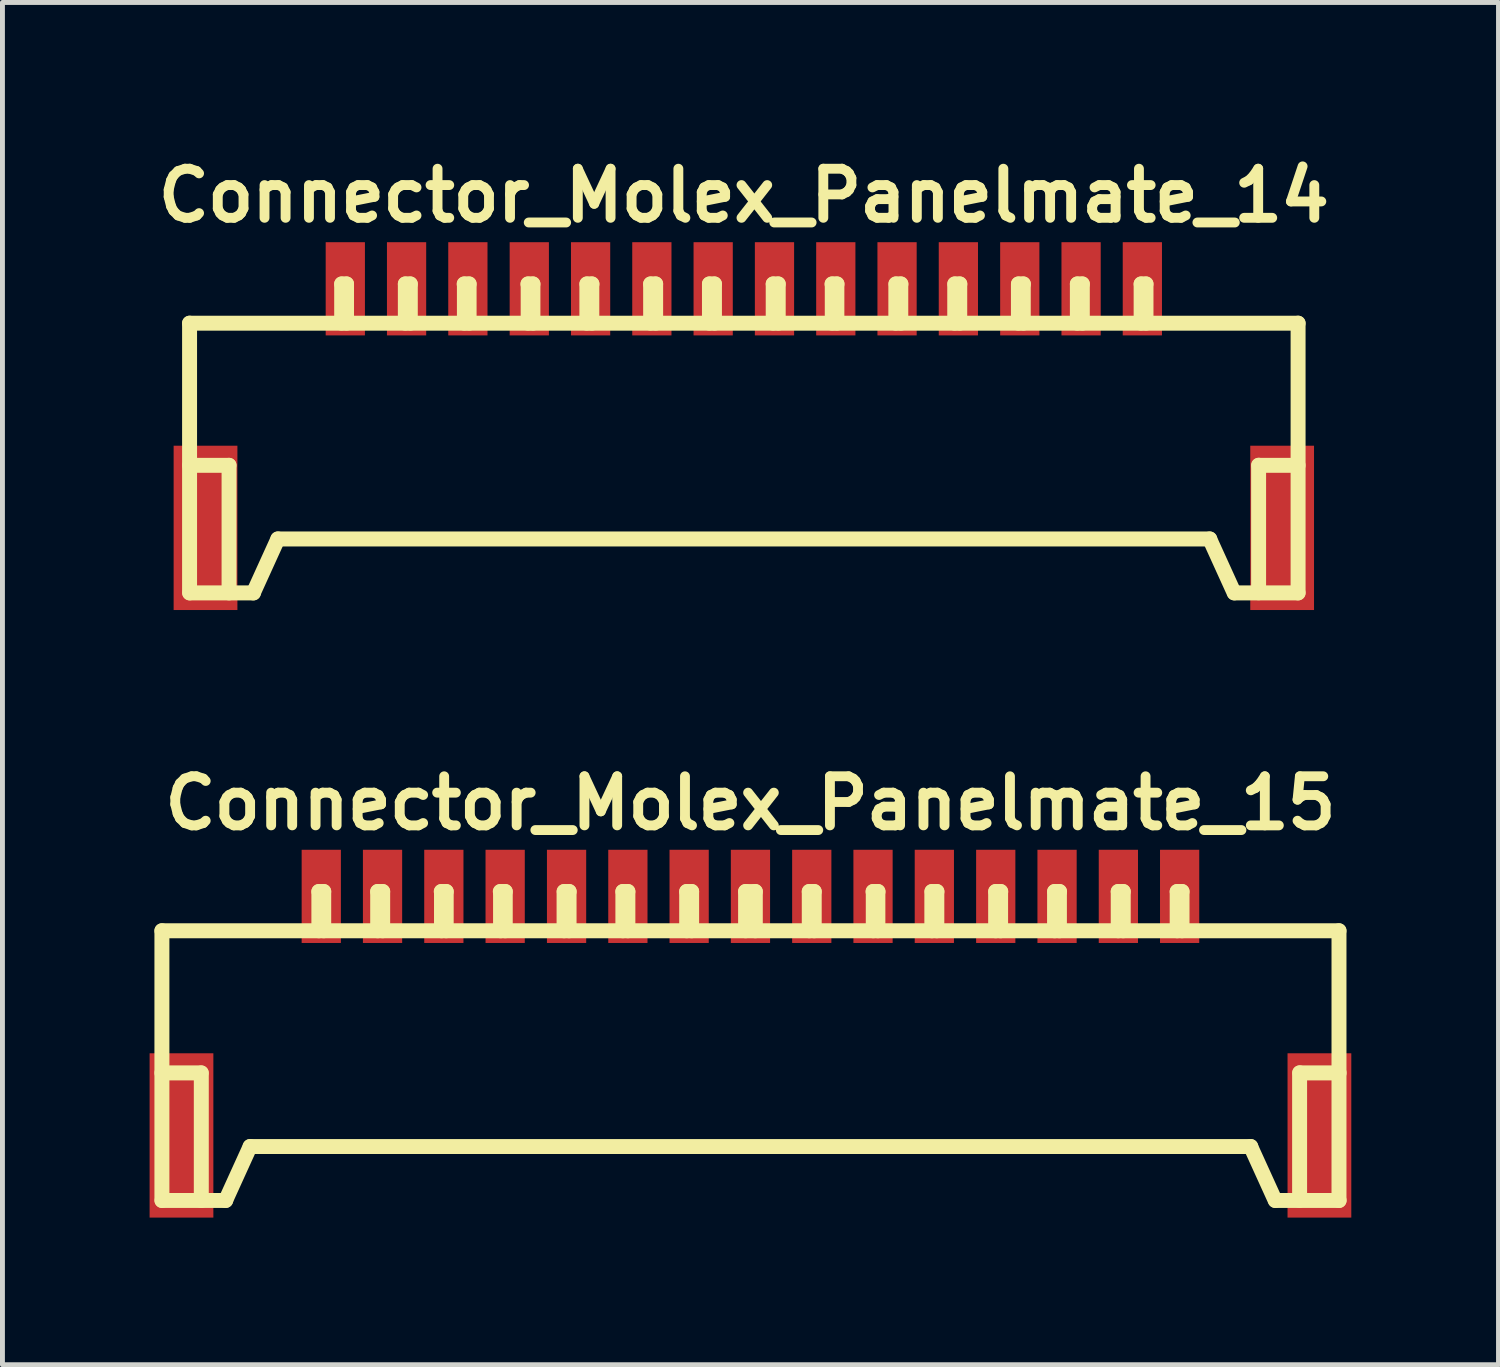
<source format=kicad_pcb>
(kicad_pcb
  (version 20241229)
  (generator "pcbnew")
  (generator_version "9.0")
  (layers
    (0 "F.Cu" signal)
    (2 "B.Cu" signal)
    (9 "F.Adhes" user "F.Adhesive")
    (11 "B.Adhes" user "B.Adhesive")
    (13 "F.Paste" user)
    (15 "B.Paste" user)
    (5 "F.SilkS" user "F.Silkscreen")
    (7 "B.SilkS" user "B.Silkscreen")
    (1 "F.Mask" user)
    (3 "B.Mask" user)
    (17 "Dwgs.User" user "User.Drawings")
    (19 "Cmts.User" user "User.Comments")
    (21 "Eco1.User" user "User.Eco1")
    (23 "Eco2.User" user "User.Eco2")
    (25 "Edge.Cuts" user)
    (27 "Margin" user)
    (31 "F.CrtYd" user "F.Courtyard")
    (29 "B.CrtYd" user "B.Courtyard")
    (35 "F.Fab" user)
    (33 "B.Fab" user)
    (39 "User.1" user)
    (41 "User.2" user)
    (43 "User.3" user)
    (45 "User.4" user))
  (footprint "Connector_Molex_Panelmate_15"
    (layer "F.Cu")
    (at 12.25 18.725)
    (property "Reference" "Connector_Molex_Panelmate_15" (at 0 -5.4 0) (layer "F.SilkS") (effects (font (size 1.001 1.001) (thickness 0.201))))
    (attr through_hole)
    (fp_line (start -11.999 -2.799) (end -11.999 2.7) (stroke (width 0.305) (type solid)) (layer "F.SilkS"))
    (fp_line (start -11.999 -2.799) (end 11.999 -2.799) (stroke (width 0.305) (type solid)) (layer "F.SilkS"))
    (fp_line (start -11.999 0.099) (end -11.199 0.099) (stroke (width 0.305) (type solid)) (layer "F.SilkS"))
    (fp_line (start -11.196 0.099) (end -11.196 2.7) (stroke (width 0.305) (type solid)) (layer "F.SilkS"))
    (fp_line (start -10.701 2.7) (end -10.201 1.6) (stroke (width 0.305) (type solid)) (layer "F.SilkS"))
    (fp_line (start -10.698 2.7) (end -11.996 2.7) (stroke (width 0.305) (type solid)) (layer "F.SilkS"))
    (fp_line (start -8.799 -3.599) (end -8.7 -3.599) (stroke (width 0.305) (type solid)) (layer "F.SilkS"))
    (fp_line (start -8.799 -2.799) (end -8.799 -3.599) (stroke (width 0.305) (type solid)) (layer "F.SilkS"))
    (fp_line (start -8.7 -3.599) (end -8.7 -2.799) (stroke (width 0.305) (type solid)) (layer "F.SilkS"))
    (fp_line (start -7.6 -3.599) (end -7.6 -2.799) (stroke (width 0.305) (type solid)) (layer "F.SilkS"))
    (fp_line (start -7.498 -3.599) (end -7.6 -3.599) (stroke (width 0.305) (type solid)) (layer "F.SilkS"))
    (fp_line (start -7.498 -2.799) (end -7.498 -3.599) (stroke (width 0.305) (type solid)) (layer "F.SilkS"))
    (fp_line (start -6.304 -3.599) (end -6.203 -3.599) (stroke (width 0.305) (type solid)) (layer "F.SilkS"))
    (fp_line (start -6.299 -2.799) (end -6.299 -3.599) (stroke (width 0.305) (type solid)) (layer "F.SilkS"))
    (fp_line (start -6.203 -3.599) (end -6.203 -2.799) (stroke (width 0.305) (type solid)) (layer "F.SilkS"))
    (fp_line (start -5.1 -3.599) (end -4.999 -3.599) (stroke (width 0.305) (type solid)) (layer "F.SilkS"))
    (fp_line (start -5.095 -2.799) (end -5.095 -3.599) (stroke (width 0.305) (type solid)) (layer "F.SilkS"))
    (fp_line (start -4.999 -3.599) (end -4.999 -2.799) (stroke (width 0.305) (type solid)) (layer "F.SilkS"))
    (fp_line (start -3.8 -3.599) (end -3.8 -2.799) (stroke (width 0.305) (type solid)) (layer "F.SilkS"))
    (fp_line (start -3.698 -3.599) (end -3.698 -2.799) (stroke (width 0.305) (type solid)) (layer "F.SilkS"))
    (fp_line (start -3.696 -3.599) (end -3.797 -3.599) (stroke (width 0.305) (type solid)) (layer "F.SilkS"))
    (fp_line (start -2.601 -3.599) (end -2.499 -3.599) (stroke (width 0.305) (type solid)) (layer "F.SilkS"))
    (fp_line (start -2.601 -2.799) (end -2.601 -3.599) (stroke (width 0.305) (type solid)) (layer "F.SilkS"))
    (fp_line (start -2.499 -3.599) (end -2.499 -2.799) (stroke (width 0.305) (type solid)) (layer "F.SilkS"))
    (fp_line (start -1.3 -3.599) (end -1.199 -3.599) (stroke (width 0.305) (type solid)) (layer "F.SilkS"))
    (fp_line (start -1.3 -2.799) (end -1.3 -3.599) (stroke (width 0.305) (type solid)) (layer "F.SilkS"))
    (fp_line (start -1.199 -3.599) (end -1.199 -2.799) (stroke (width 0.305) (type solid)) (layer "F.SilkS"))
    (fp_line (start -0.099 -3.599) (end 0.099 -3.599) (stroke (width 0.305) (type solid)) (layer "F.SilkS"))
    (fp_line (start -0.099 -2.799) (end -0.099 -3.599) (stroke (width 0.305) (type solid)) (layer "F.SilkS"))
    (fp_line (start 0.099 -3.599) (end 0.099 -2.799) (stroke (width 0.305) (type solid)) (layer "F.SilkS"))
    (fp_line (start 1.199 -3.599) (end 1.199 -2.799) (stroke (width 0.305) (type solid)) (layer "F.SilkS"))
    (fp_line (start 1.3 -3.599) (end 1.199 -3.599) (stroke (width 0.305) (type solid)) (layer "F.SilkS"))
    (fp_line (start 1.3 -2.799) (end 1.3 -3.599) (stroke (width 0.305) (type solid)) (layer "F.SilkS"))
    (fp_line (start 2.504 -3.599) (end 2.504 -2.799) (stroke (width 0.305) (type solid)) (layer "F.SilkS"))
    (fp_line (start 2.598 -3.599) (end 2.598 -2.799) (stroke (width 0.305) (type solid)) (layer "F.SilkS"))
    (fp_line (start 2.601 -3.599) (end 2.499 -3.599) (stroke (width 0.305) (type solid)) (layer "F.SilkS"))
    (fp_line (start 3.698 -3.599) (end 3.698 -2.799) (stroke (width 0.305) (type solid)) (layer "F.SilkS"))
    (fp_line (start 3.703 -3.599) (end 3.802 -3.599) (stroke (width 0.305) (type solid)) (layer "F.SilkS"))
    (fp_line (start 3.8 -2.799) (end 3.8 -3.599) (stroke (width 0.305) (type solid)) (layer "F.SilkS"))
    (fp_line (start 4.999 -3.599) (end 4.999 -2.799) (stroke (width 0.305) (type solid)) (layer "F.SilkS"))
    (fp_line (start 5.1 -2.799) (end 5.1 -3.599) (stroke (width 0.305) (type solid)) (layer "F.SilkS"))
    (fp_line (start 5.103 -3.599) (end 5.001 -3.599) (stroke (width 0.305) (type solid)) (layer "F.SilkS"))
    (fp_line (start 6.2 -3.599) (end 6.2 -2.799) (stroke (width 0.305) (type solid)) (layer "F.SilkS"))
    (fp_line (start 6.203 -3.599) (end 6.302 -3.599) (stroke (width 0.305) (type solid)) (layer "F.SilkS"))
    (fp_line (start 6.299 -2.799) (end 6.299 -3.599) (stroke (width 0.305) (type solid)) (layer "F.SilkS"))
    (fp_line (start 7.498 -3.599) (end 7.6 -3.599) (stroke (width 0.305) (type solid)) (layer "F.SilkS"))
    (fp_line (start 7.498 -2.799) (end 7.498 -3.599) (stroke (width 0.305) (type solid)) (layer "F.SilkS"))
    (fp_line (start 7.6 -3.599) (end 7.6 -2.799) (stroke (width 0.305) (type solid)) (layer "F.SilkS"))
    (fp_line (start 8.7 -3.599) (end 8.7 -2.799) (stroke (width 0.305) (type solid)) (layer "F.SilkS"))
    (fp_line (start 8.799 -3.599) (end 8.7 -3.599) (stroke (width 0.305) (type solid)) (layer "F.SilkS"))
    (fp_line (start 8.799 -2.799) (end 8.799 -3.599) (stroke (width 0.305) (type solid)) (layer "F.SilkS"))
    (fp_line (start 10.198 1.6) (end 10.698 2.7) (stroke (width 0.305) (type solid)) (layer "F.SilkS"))
    (fp_line (start 10.201 1.6) (end -10.201 1.6) (stroke (width 0.305) (type solid)) (layer "F.SilkS"))
    (fp_line (start 10.704 2.7) (end 12.002 2.7) (stroke (width 0.305) (type solid)) (layer "F.SilkS"))
    (fp_line (start 11.196 0.097) (end 11.196 2.697) (stroke (width 0.305) (type solid)) (layer "F.SilkS"))
    (fp_line (start 11.999 -2.799) (end 11.999 2.7) (stroke (width 0.305) (type solid)) (layer "F.SilkS"))
    (fp_line (start 12.002 0.099) (end 11.201 0.099) (stroke (width 0.305) (type solid)) (layer "F.SilkS"))
    (pad "1" smd rect (at -8.75 -3.5) (size 0.8 1.9) (layers "F.Cu" "F.Mask" "F.Paste"))
    (pad "2" smd rect (at -7.501 -3.5) (size 0.8 1.9) (layers "F.Cu" "F.Mask" "F.Paste"))
    (pad "3" smd rect (at -6.251 -3.5) (size 0.8 1.9) (layers "F.Cu" "F.Mask" "F.Paste"))
    (pad "4" smd rect (at -5.001 -3.5) (size 0.8 1.9) (layers "F.Cu" "F.Mask" "F.Paste"))
    (pad "5" smd rect (at -3.749 -3.5) (size 0.8 1.9) (layers "F.Cu" "F.Mask" "F.Paste"))
    (pad "6" smd rect (at -2.499 -3.5) (size 0.8 1.9) (layers "F.Cu" "F.Mask" "F.Paste"))
    (pad "7" smd rect (at -1.25 -3.5) (size 0.8 1.9) (layers "F.Cu" "F.Mask" "F.Paste"))
    (pad "8" smd rect (at 0 -3.5) (size 0.8 1.9) (layers "F.Cu" "F.Mask" "F.Paste"))
    (pad "9" smd rect (at 1.25 -3.5) (size 0.8 1.9) (layers "F.Cu" "F.Mask" "F.Paste"))
    (pad "10" smd rect (at 2.499 -3.5) (size 0.8 1.9) (layers "F.Cu" "F.Mask" "F.Paste"))
    (pad "11" smd rect (at 3.749 -3.5) (size 0.8 1.9) (layers "F.Cu" "F.Mask" "F.Paste"))
    (pad "12" smd rect (at 5.001 -3.5) (size 0.8 1.9) (layers "F.Cu" "F.Mask" "F.Paste"))
    (pad "13" smd rect (at 6.251 -3.5) (size 0.8 1.9) (layers "F.Cu" "F.Mask" "F.Paste"))
    (pad "14" smd rect (at 7.501 -3.5) (size 0.8 1.9) (layers "F.Cu" "F.Mask" "F.Paste"))
    (pad "15" smd rect (at 8.75 -3.5) (size 0.8 1.9) (layers "F.Cu" "F.Mask" "F.Paste"))
    (pad "16" smd rect (at -11.6 1.374) (size 1.3 3.35) (layers "F.Cu" "F.Mask" "F.Paste"))
    (pad "16" smd rect (at 11.6 1.374) (size 1.3 3.35) (layers "F.Cu" "F.Mask" "F.Paste")))
  (footprint "Connector_Molex_Panelmate_14"
    (layer "F.Cu")
    (at 12.115 6.338)
    (property "Reference" "Connector_Molex_Panelmate_14" (at 0 -5.4 0) (layer "F.SilkS") (effects (font (size 1.001 1.001) (thickness 0.201))))
    (attr through_hole)
    (fp_line (start -11.3 -2.799) (end -11.3 2.7) (stroke (width 0.305) (type solid)) (layer "F.SilkS"))
    (fp_line (start -11.3 -2.799) (end 11.3 -2.799) (stroke (width 0.305) (type solid)) (layer "F.SilkS"))
    (fp_line (start -11.298 0.099) (end -10.498 0.099) (stroke (width 0.305) (type solid)) (layer "F.SilkS"))
    (fp_line (start -10.495 0.099) (end -10.495 2.7) (stroke (width 0.305) (type solid)) (layer "F.SilkS"))
    (fp_line (start -10 2.7) (end -9.5 1.6) (stroke (width 0.305) (type solid)) (layer "F.SilkS"))
    (fp_line (start -9.997 2.7) (end -11.295 2.7) (stroke (width 0.305) (type solid)) (layer "F.SilkS"))
    (fp_line (start -8.199 -3.599) (end -8.1 -3.599) (stroke (width 0.305) (type solid)) (layer "F.SilkS"))
    (fp_line (start -8.199 -2.799) (end -8.199 -3.599) (stroke (width 0.305) (type solid)) (layer "F.SilkS"))
    (fp_line (start -8.1 -3.599) (end -8.1 -2.799) (stroke (width 0.305) (type solid)) (layer "F.SilkS"))
    (fp_line (start -6.901 -3.599) (end -6.901 -2.799) (stroke (width 0.305) (type solid)) (layer "F.SilkS"))
    (fp_line (start -6.8 -3.599) (end -6.901 -3.599) (stroke (width 0.305) (type solid)) (layer "F.SilkS"))
    (fp_line (start -6.8 -2.799) (end -6.8 -3.599) (stroke (width 0.305) (type solid)) (layer "F.SilkS"))
    (fp_line (start -5.702 -3.599) (end -5.601 -3.599) (stroke (width 0.305) (type solid)) (layer "F.SilkS"))
    (fp_line (start -5.697 -2.799) (end -5.697 -3.599) (stroke (width 0.305) (type solid)) (layer "F.SilkS"))
    (fp_line (start -5.601 -3.599) (end -5.601 -2.799) (stroke (width 0.305) (type solid)) (layer "F.SilkS"))
    (fp_line (start -4.402 -3.599) (end -4.3 -3.599) (stroke (width 0.305) (type solid)) (layer "F.SilkS"))
    (fp_line (start -4.397 -2.799) (end -4.397 -3.599) (stroke (width 0.305) (type solid)) (layer "F.SilkS"))
    (fp_line (start -4.3 -3.599) (end -4.3 -2.799) (stroke (width 0.305) (type solid)) (layer "F.SilkS"))
    (fp_line (start -3.2 -3.599) (end -3.2 -2.799) (stroke (width 0.305) (type solid)) (layer "F.SilkS"))
    (fp_line (start -3.099 -3.599) (end -3.099 -2.799) (stroke (width 0.305) (type solid)) (layer "F.SilkS"))
    (fp_line (start -3.096 -3.599) (end -3.198 -3.599) (stroke (width 0.305) (type solid)) (layer "F.SilkS"))
    (fp_line (start -1.9 -3.599) (end -1.798 -3.599) (stroke (width 0.305) (type solid)) (layer "F.SilkS"))
    (fp_line (start -1.9 -2.799) (end -1.9 -3.599) (stroke (width 0.305) (type solid)) (layer "F.SilkS"))
    (fp_line (start -1.798 -3.599) (end -1.798 -2.799) (stroke (width 0.305) (type solid)) (layer "F.SilkS"))
    (fp_line (start -0.701 -3.599) (end -0.599 -3.599) (stroke (width 0.305) (type solid)) (layer "F.SilkS"))
    (fp_line (start -0.701 -2.799) (end -0.701 -3.599) (stroke (width 0.305) (type solid)) (layer "F.SilkS"))
    (fp_line (start -0.599 -3.599) (end -0.599 -2.799) (stroke (width 0.305) (type solid)) (layer "F.SilkS"))
    (fp_line (start 0.599 -3.599) (end 0.599 -2.799) (stroke (width 0.305) (type solid)) (layer "F.SilkS"))
    (fp_line (start 0.701 -3.599) (end 0.599 -3.599) (stroke (width 0.305) (type solid)) (layer "F.SilkS"))
    (fp_line (start 0.701 -2.799) (end 0.701 -3.599) (stroke (width 0.305) (type solid)) (layer "F.SilkS"))
    (fp_line (start 1.803 -3.599) (end 1.803 -2.799) (stroke (width 0.305) (type solid)) (layer "F.SilkS"))
    (fp_line (start 1.897 -3.599) (end 1.897 -2.799) (stroke (width 0.305) (type solid)) (layer "F.SilkS"))
    (fp_line (start 1.9 -3.599) (end 1.798 -3.599) (stroke (width 0.305) (type solid)) (layer "F.SilkS"))
    (fp_line (start 3.099 -3.599) (end 3.099 -2.799) (stroke (width 0.305) (type solid)) (layer "F.SilkS"))
    (fp_line (start 3.104 -3.599) (end 3.203 -3.599) (stroke (width 0.305) (type solid)) (layer "F.SilkS"))
    (fp_line (start 3.2 -2.799) (end 3.2 -3.599) (stroke (width 0.305) (type solid)) (layer "F.SilkS"))
    (fp_line (start 4.3 -3.599) (end 4.3 -2.799) (stroke (width 0.305) (type solid)) (layer "F.SilkS"))
    (fp_line (start 4.402 -2.799) (end 4.402 -3.599) (stroke (width 0.305) (type solid)) (layer "F.SilkS"))
    (fp_line (start 4.404 -3.599) (end 4.303 -3.599) (stroke (width 0.305) (type solid)) (layer "F.SilkS"))
    (fp_line (start 5.598 -3.599) (end 5.598 -2.799) (stroke (width 0.305) (type solid)) (layer "F.SilkS"))
    (fp_line (start 5.601 -3.599) (end 5.7 -3.599) (stroke (width 0.305) (type solid)) (layer "F.SilkS"))
    (fp_line (start 5.697 -2.799) (end 5.697 -3.599) (stroke (width 0.305) (type solid)) (layer "F.SilkS"))
    (fp_line (start 6.8 -3.599) (end 6.901 -3.599) (stroke (width 0.305) (type solid)) (layer "F.SilkS"))
    (fp_line (start 6.8 -2.799) (end 6.8 -3.599) (stroke (width 0.305) (type solid)) (layer "F.SilkS"))
    (fp_line (start 6.901 -3.599) (end 6.901 -2.799) (stroke (width 0.305) (type solid)) (layer "F.SilkS"))
    (fp_line (start 8.1 -3.599) (end 8.1 -2.799) (stroke (width 0.305) (type solid)) (layer "F.SilkS"))
    (fp_line (start 8.199 -3.599) (end 8.1 -3.599) (stroke (width 0.305) (type solid)) (layer "F.SilkS"))
    (fp_line (start 8.199 -2.799) (end 8.199 -3.599) (stroke (width 0.305) (type solid)) (layer "F.SilkS"))
    (fp_line (start 9.497 1.6) (end 9.997 2.7) (stroke (width 0.305) (type solid)) (layer "F.SilkS"))
    (fp_line (start 9.5 1.6) (end -9.5 1.6) (stroke (width 0.305) (type solid)) (layer "F.SilkS"))
    (fp_line (start 10.003 2.7) (end 11.3 2.7) (stroke (width 0.305) (type solid)) (layer "F.SilkS"))
    (fp_line (start 10.495 0.097) (end 10.495 2.697) (stroke (width 0.305) (type solid)) (layer "F.SilkS"))
    (fp_line (start 11.3 -2.799) (end 11.3 2.7) (stroke (width 0.305) (type solid)) (layer "F.SilkS"))
    (fp_line (start 11.3 0.099) (end 10.5 0.099) (stroke (width 0.305) (type solid)) (layer "F.SilkS"))
    (pad "1" smd rect (at -8.125 -3.5) (size 0.8 1.9) (layers "F.Cu" "F.Mask" "F.Paste"))
    (pad "2" smd rect (at -6.876 -3.5) (size 0.8 1.9) (layers "F.Cu" "F.Mask" "F.Paste"))
    (pad "3" smd rect (at -5.626 -3.5) (size 0.8 1.9) (layers "F.Cu" "F.Mask" "F.Paste"))
    (pad "4" smd rect (at -4.374 -3.5) (size 0.8 1.9) (layers "F.Cu" "F.Mask" "F.Paste"))
    (pad "5" smd rect (at -3.124 -3.5) (size 0.8 1.9) (layers "F.Cu" "F.Mask" "F.Paste"))
    (pad "6" smd rect (at -1.875 -3.5) (size 0.8 1.9) (layers "F.Cu" "F.Mask" "F.Paste"))
    (pad "7" smd rect (at -0.625 -3.5) (size 0.8 1.9) (layers "F.Cu" "F.Mask" "F.Paste"))
    (pad "8" smd rect (at 0.625 -3.5) (size 0.8 1.9) (layers "F.Cu" "F.Mask" "F.Paste"))
    (pad "9" smd rect (at 1.875 -3.5) (size 0.8 1.9) (layers "F.Cu" "F.Mask" "F.Paste"))
    (pad "10" smd rect (at 3.124 -3.5) (size 0.8 1.9) (layers "F.Cu" "F.Mask" "F.Paste"))
    (pad "11" smd rect (at 4.374 -3.5) (size 0.8 1.9) (layers "F.Cu" "F.Mask" "F.Paste"))
    (pad "12" smd rect (at 5.626 -3.5) (size 0.8 1.9) (layers "F.Cu" "F.Mask" "F.Paste"))
    (pad "13" smd rect (at 6.876 -3.5) (size 0.8 1.9) (layers "F.Cu" "F.Mask" "F.Paste"))
    (pad "14" smd rect (at 8.125 -3.5) (size 0.8 1.9) (layers "F.Cu" "F.Mask" "F.Paste"))
    (pad "15" smd rect (at -10.975 1.374) (size 1.3 3.35) (layers "F.Cu" "F.Mask" "F.Paste"))
    (pad "15" smd rect (at 10.975 1.374) (size 1.3 3.35) (layers "F.Cu" "F.Mask" "F.Paste")))
  (gr_rect
    (start -3 -3)
    (end 27.501 24.774)
    (stroke (width 0.1) (type default))
    (fill no)
    (layer "Edge.Cuts")))
</source>
